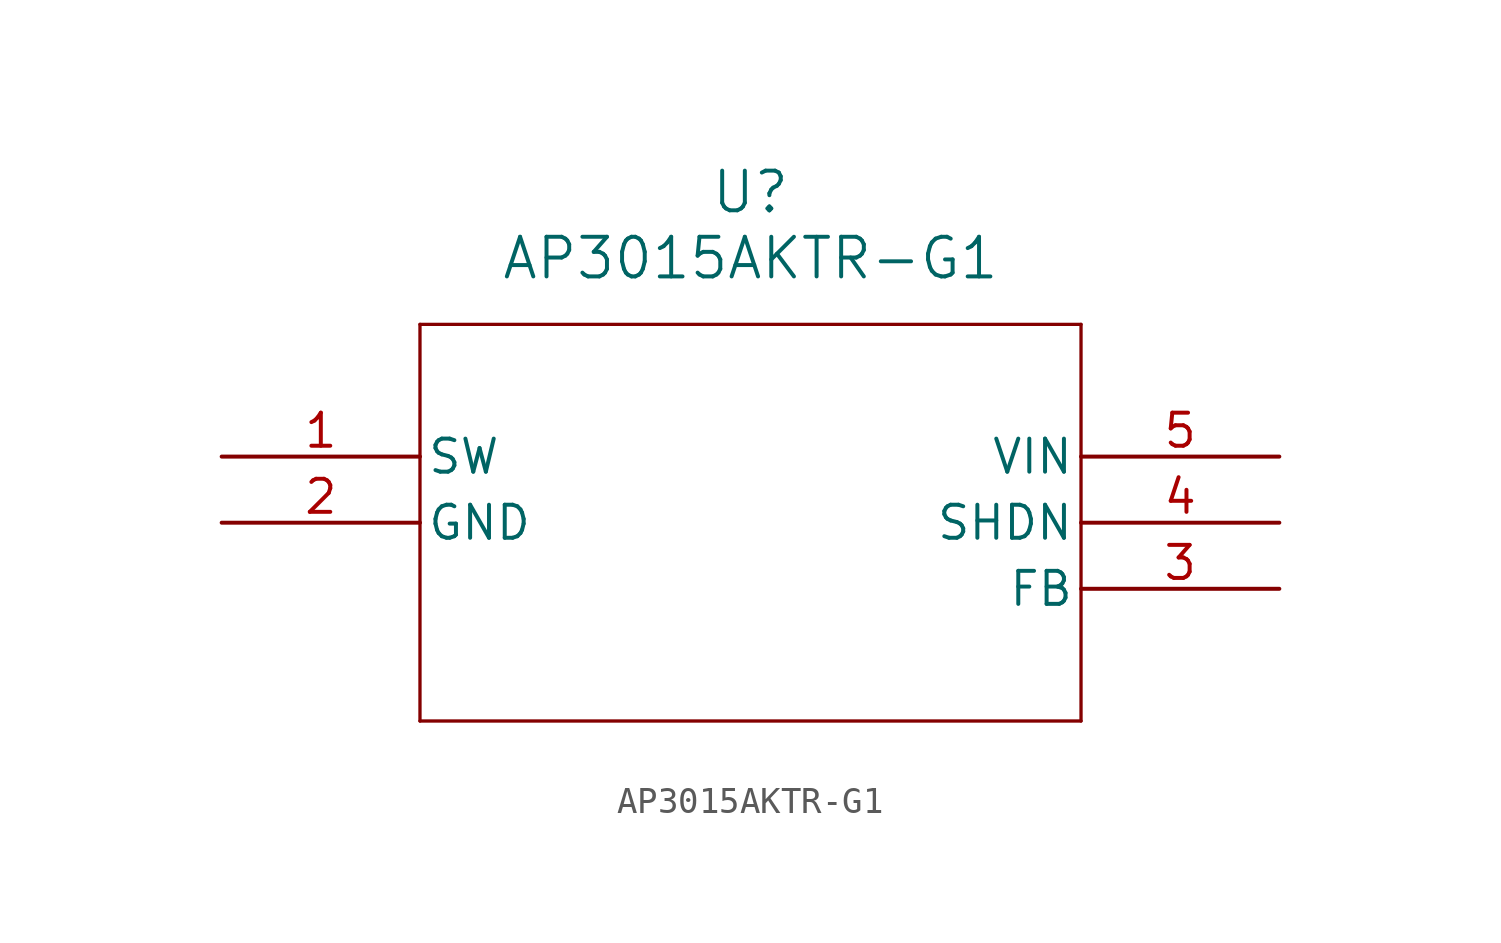
<source format=kicad_sym>
(kicad_symbol_lib
  (version 20241209)
  (generator "kicad_symbol_editor")
  (generator_version "9.0")
  (symbol "AP3015AKTR-G1"
    (pin_names
      (offset 0.254))
    (property "Reference" "U"
      (at 20.32 10.16 0)
      (effects (font (size 1.524 1.524))))
    (property "Value" "AP3015AKTR-G1"
      (at 20.32 7.62 0)
      (effects (font (size 1.524 1.524))))
    (property "ki_locked" ""
      (at 0 0 0)
      (effects (font (size 1.27 1.27))))
    (symbol "AP3015AKTR-G1_0_1"
      (polyline (pts (xy 7.62 5.08) (xy 7.62 -10.16)) (stroke (width 0.127) (type default)) (fill (type none)))
      (polyline (pts (xy 7.62 -10.16) (xy 33.02 -10.16)) (stroke (width 0.127) (type default)) (fill (type none)))
      (polyline (pts (xy 33.02 5.08) (xy 7.62 5.08)) (stroke (width 0.127) (type default)) (fill (type none)))
      (polyline (pts (xy 33.02 -10.16) (xy 33.02 5.08)) (stroke (width 0.127) (type default)) (fill (type none)))
      (pin power_out line (at 0 -2.54 0) (length 7.62) (name "GND" (effects (font (size 1.27 1.27)))) (number "2" (effects (font (size 1.27 1.27)))))
      (pin input line (at 40.64 0 180) (length 7.62) (name "VIN" (effects (font (size 1.27 1.27)))) (number "5" (effects (font (size 1.27 1.27))))))
    (symbol "AP3015AKTR-G1_1_1"
      (pin output line (at 0 0 0) (length 7.62) (name "SW" (effects (font (size 1.27 1.27)))) (number "1" (effects (font (size 1.27 1.27)))))
      (pin input line (at 40.64 -2.54 180) (length 7.62) (name "SHDN" (effects (font (size 1.27 1.27)))) (number "4" (effects (font (size 1.27 1.27)))))
      (pin input line (at 40.64 -5.08 180) (length 7.62) (name "FB" (effects (font (size 1.27 1.27)))) (number "3" (effects (font (size 1.27 1.27))))))))
</source>
